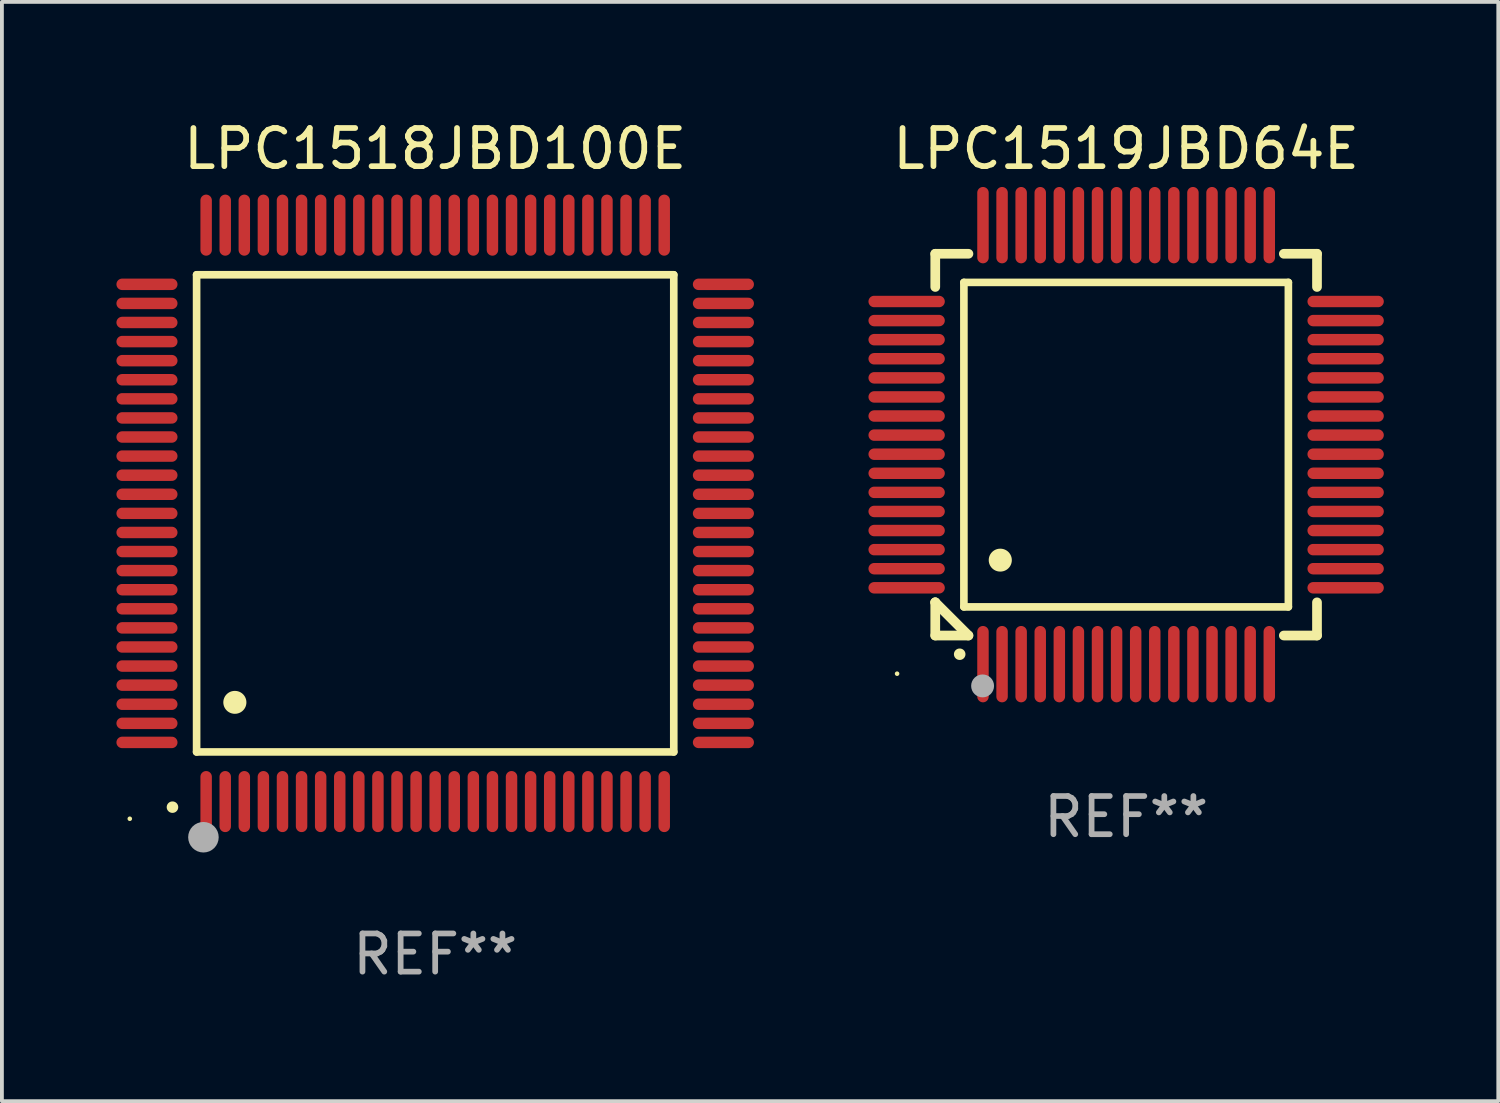
<source format=kicad_pcb>
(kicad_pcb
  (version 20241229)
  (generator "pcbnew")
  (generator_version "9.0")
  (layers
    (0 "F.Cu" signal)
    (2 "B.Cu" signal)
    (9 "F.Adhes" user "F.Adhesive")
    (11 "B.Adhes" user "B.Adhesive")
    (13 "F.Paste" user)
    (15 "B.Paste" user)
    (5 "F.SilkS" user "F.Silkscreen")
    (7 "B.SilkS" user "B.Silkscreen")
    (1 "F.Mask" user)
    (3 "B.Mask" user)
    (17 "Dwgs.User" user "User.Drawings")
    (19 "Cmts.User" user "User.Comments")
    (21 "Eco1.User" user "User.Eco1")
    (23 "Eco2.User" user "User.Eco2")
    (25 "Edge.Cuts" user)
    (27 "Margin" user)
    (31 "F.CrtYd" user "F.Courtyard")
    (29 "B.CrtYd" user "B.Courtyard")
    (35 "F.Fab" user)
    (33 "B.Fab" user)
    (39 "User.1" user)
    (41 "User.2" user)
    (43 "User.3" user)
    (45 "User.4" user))
  (footprint "LPC1519JBD64E"
    (layer "F.Cu")
    (at 26.45 8.598)
    (property "Reference" "LPC1519JBD64E" (at 0 -7.75 0) (layer "F.SilkS") (effects (font (size 1 1) (thickness 0.15))))
    (attr through_hole)
    (fp_line (start -5 -5) (end -4.131 -5) (stroke (width 0.254) (type solid)) (layer "F.SilkS"))
    (fp_line (start -5 -4.131) (end -5 -5) (stroke (width 0.254) (type solid)) (layer "F.SilkS"))
    (fp_line (start -5 4.131) (end -5 4.131) (stroke (width 0.254) (type solid)) (layer "F.SilkS"))
    (fp_line (start -5 5) (end -5 4.131) (stroke (width 0.254) (type solid)) (layer "F.SilkS"))
    (fp_line (start -5 4.131) (end -4.131 5) (stroke (width 0.254) (type solid)) (layer "F.SilkS"))
    (fp_line (start -4.25 -4.25) (end -4.25 4.25) (stroke (width 0.2) (type solid)) (layer "F.SilkS"))
    (fp_line (start -4.25 4.25) (end 4.25 4.25) (stroke (width 0.2) (type solid)) (layer "F.SilkS"))
    (fp_line (start -4.131 5) (end -5 5) (stroke (width 0.254) (type solid)) (layer "F.SilkS"))
    (fp_line (start 4.25 -4.25) (end -4.25 -4.25) (stroke (width 0.2) (type solid)) (layer "F.SilkS"))
    (fp_line (start 4.25 4.25) (end 4.25 -4.25) (stroke (width 0.2) (type solid)) (layer "F.SilkS"))
    (fp_line (start 5 -5) (end 4.131 -5) (stroke (width 0.254) (type solid)) (layer "F.SilkS"))
    (fp_line (start 5 -5) (end 5 -4.131) (stroke (width 0.254) (type solid)) (layer "F.SilkS"))
    (fp_line (start 5 4.131) (end 5 5) (stroke (width 0.254) (type solid)) (layer "F.SilkS"))
    (fp_line (start 5 5) (end 4.131 5) (stroke (width 0.254) (type solid)) (layer "F.SilkS"))
    (fp_arc (start -4.361265 5.489992) (mid -4.359995 5.489987) (end -4.358725 5.489992) (stroke (width 0.3) (type solid)) (layer "F.SilkS"))
    (fp_arc (start -3.299467 3.025146) (mid -3.296927 3.025135) (end -3.294387 3.025146) (stroke (width 0.6) (type solid)) (layer "F.SilkS"))
    (fp_circle (center -6 6) (end -5.97 6) (stroke (width 0.06) (type solid)) (fill no) (layer "F.SilkS"))
    (fp_circle (center -3.76 6.32) (end -3.61 6.32) (stroke (width 0.3) (type solid)) (fill no) (layer "F.Fab"))
    (fp_text user "REF**" (at 0 9.75 0) (layer "F.Fab") (effects (font (size 1 1) (thickness 0.15))))
    (pad "1" smd oval (at -3.75 5.75) (size 0.3 2) (layers "F.Cu" "F.Mask" "F.Paste"))
    (pad "2" smd oval (at -3.25 5.75) (size 0.3 2) (layers "F.Cu" "F.Mask" "F.Paste"))
    (pad "3" smd oval (at -2.75 5.75) (size 0.3 2) (layers "F.Cu" "F.Mask" "F.Paste"))
    (pad "4" smd oval (at -2.25 5.75) (size 0.3 2) (layers "F.Cu" "F.Mask" "F.Paste"))
    (pad "5" smd oval (at -1.75 5.75) (size 0.3 2) (layers "F.Cu" "F.Mask" "F.Paste"))
    (pad "6" smd oval (at -1.25 5.75) (size 0.3 2) (layers "F.Cu" "F.Mask" "F.Paste"))
    (pad "7" smd oval (at -0.75 5.75) (size 0.3 2) (layers "F.Cu" "F.Mask" "F.Paste"))
    (pad "8" smd oval (at -0.25 5.75) (size 0.3 2) (layers "F.Cu" "F.Mask" "F.Paste"))
    (pad "9" smd oval (at 0.25 5.75) (size 0.3 2) (layers "F.Cu" "F.Mask" "F.Paste"))
    (pad "10" smd oval (at 0.75 5.75) (size 0.3 2) (layers "F.Cu" "F.Mask" "F.Paste"))
    (pad "11" smd oval (at 1.25 5.75) (size 0.3 2) (layers "F.Cu" "F.Mask" "F.Paste"))
    (pad "12" smd oval (at 1.75 5.75) (size 0.3 2) (layers "F.Cu" "F.Mask" "F.Paste"))
    (pad "13" smd oval (at 2.25 5.75) (size 0.3 2) (layers "F.Cu" "F.Mask" "F.Paste"))
    (pad "14" smd oval (at 2.75 5.75) (size 0.3 2) (layers "F.Cu" "F.Mask" "F.Paste"))
    (pad "15" smd oval (at 3.25 5.75) (size 0.3 2) (layers "F.Cu" "F.Mask" "F.Paste"))
    (pad "16" smd oval (at 3.75 5.75) (size 0.3 2) (layers "F.Cu" "F.Mask" "F.Paste"))
    (pad "17" smd oval (at 5.75 3.75) (size 2 0.3) (layers "F.Cu" "F.Mask" "F.Paste"))
    (pad "18" smd oval (at 5.75 3.25) (size 2 0.3) (layers "F.Cu" "F.Mask" "F.Paste"))
    (pad "19" smd oval (at 5.75 2.75) (size 2 0.3) (layers "F.Cu" "F.Mask" "F.Paste"))
    (pad "20" smd oval (at 5.75 2.25) (size 2 0.3) (layers "F.Cu" "F.Mask" "F.Paste"))
    (pad "21" smd oval (at 5.75 1.75) (size 2 0.3) (layers "F.Cu" "F.Mask" "F.Paste"))
    (pad "22" smd oval (at 5.75 1.25) (size 2 0.3) (layers "F.Cu" "F.Mask" "F.Paste"))
    (pad "23" smd oval (at 5.75 0.75) (size 2 0.3) (layers "F.Cu" "F.Mask" "F.Paste"))
    (pad "24" smd oval (at 5.75 0.25) (size 2 0.3) (layers "F.Cu" "F.Mask" "F.Paste"))
    (pad "25" smd oval (at 5.75 -0.25) (size 2 0.3) (layers "F.Cu" "F.Mask" "F.Paste"))
    (pad "26" smd oval (at 5.75 -0.75) (size 2 0.3) (layers "F.Cu" "F.Mask" "F.Paste"))
    (pad "27" smd oval (at 5.75 -1.25) (size 2 0.3) (layers "F.Cu" "F.Mask" "F.Paste"))
    (pad "28" smd oval (at 5.75 -1.75) (size 2 0.3) (layers "F.Cu" "F.Mask" "F.Paste"))
    (pad "29" smd oval (at 5.75 -2.25) (size 2 0.3) (layers "F.Cu" "F.Mask" "F.Paste"))
    (pad "30" smd oval (at 5.75 -2.75) (size 2 0.3) (layers "F.Cu" "F.Mask" "F.Paste"))
    (pad "31" smd oval (at 5.75 -3.25) (size 2 0.3) (layers "F.Cu" "F.Mask" "F.Paste"))
    (pad "32" smd oval (at 5.75 -3.75) (size 2 0.3) (layers "F.Cu" "F.Mask" "F.Paste"))
    (pad "33" smd oval (at 3.75 -5.75) (size 0.3 2) (layers "F.Cu" "F.Mask" "F.Paste"))
    (pad "34" smd oval (at 3.25 -5.75) (size 0.3 2) (layers "F.Cu" "F.Mask" "F.Paste"))
    (pad "35" smd oval (at 2.75 -5.75) (size 0.3 2) (layers "F.Cu" "F.Mask" "F.Paste"))
    (pad "36" smd oval (at 2.25 -5.75) (size 0.3 2) (layers "F.Cu" "F.Mask" "F.Paste"))
    (pad "37" smd oval (at 1.75 -5.75) (size 0.3 2) (layers "F.Cu" "F.Mask" "F.Paste"))
    (pad "38" smd oval (at 1.25 -5.75) (size 0.3 2) (layers "F.Cu" "F.Mask" "F.Paste"))
    (pad "39" smd oval (at 0.75 -5.75) (size 0.3 2) (layers "F.Cu" "F.Mask" "F.Paste"))
    (pad "40" smd oval (at 0.25 -5.75) (size 0.3 2) (layers "F.Cu" "F.Mask" "F.Paste"))
    (pad "41" smd oval (at -0.25 -5.75) (size 0.3 2) (layers "F.Cu" "F.Mask" "F.Paste"))
    (pad "42" smd oval (at -0.75 -5.75) (size 0.3 2) (layers "F.Cu" "F.Mask" "F.Paste"))
    (pad "43" smd oval (at -1.25 -5.75) (size 0.3 2) (layers "F.Cu" "F.Mask" "F.Paste"))
    (pad "44" smd oval (at -1.75 -5.75) (size 0.3 2) (layers "F.Cu" "F.Mask" "F.Paste"))
    (pad "45" smd oval (at -2.25 -5.75) (size 0.3 2) (layers "F.Cu" "F.Mask" "F.Paste"))
    (pad "46" smd oval (at -2.75 -5.75) (size 0.3 2) (layers "F.Cu" "F.Mask" "F.Paste"))
    (pad "47" smd oval (at -3.25 -5.75) (size 0.3 2) (layers "F.Cu" "F.Mask" "F.Paste"))
    (pad "48" smd oval (at -3.75 -5.75) (size 0.3 2) (layers "F.Cu" "F.Mask" "F.Paste"))
    (pad "49" smd oval (at -5.75 -3.75) (size 2 0.3) (layers "F.Cu" "F.Mask" "F.Paste"))
    (pad "50" smd oval (at -5.75 -3.25) (size 2 0.3) (layers "F.Cu" "F.Mask" "F.Paste"))
    (pad "51" smd oval (at -5.75 -2.75) (size 2 0.3) (layers "F.Cu" "F.Mask" "F.Paste"))
    (pad "52" smd oval (at -5.75 -2.25) (size 2 0.3) (layers "F.Cu" "F.Mask" "F.Paste"))
    (pad "53" smd oval (at -5.75 -1.75) (size 2 0.3) (layers "F.Cu" "F.Mask" "F.Paste"))
    (pad "54" smd oval (at -5.75 -1.25) (size 2 0.3) (layers "F.Cu" "F.Mask" "F.Paste"))
    (pad "55" smd oval (at -5.75 -0.75) (size 2 0.3) (layers "F.Cu" "F.Mask" "F.Paste"))
    (pad "56" smd oval (at -5.75 -0.25) (size 2 0.3) (layers "F.Cu" "F.Mask" "F.Paste"))
    (pad "57" smd oval (at -5.75 0.25) (size 2 0.3) (layers "F.Cu" "F.Mask" "F.Paste"))
    (pad "58" smd oval (at -5.75 0.75) (size 2 0.3) (layers "F.Cu" "F.Mask" "F.Paste"))
    (pad "59" smd oval (at -5.75 1.25) (size 2 0.3) (layers "F.Cu" "F.Mask" "F.Paste"))
    (pad "60" smd oval (at -5.75 1.75) (size 2 0.3) (layers "F.Cu" "F.Mask" "F.Paste"))
    (pad "61" smd oval (at -5.75 2.25) (size 2 0.3) (layers "F.Cu" "F.Mask" "F.Paste"))
    (pad "62" smd oval (at -5.75 2.75) (size 2 0.3) (layers "F.Cu" "F.Mask" "F.Paste"))
    (pad "63" smd oval (at -5.75 3.25) (size 2 0.3) (layers "F.Cu" "F.Mask" "F.Paste"))
    (pad "64" smd oval (at -5.75 3.75) (size 2 0.3) (layers "F.Cu" "F.Mask" "F.Paste")))
  (footprint "LPC1518JBD100E"
    (layer "F.Cu")
    (at 8.35 10.398)
    (property "Reference" "LPC1518JBD100E" (at 0 -9.55 0) (layer "F.SilkS") (effects (font (size 1 1) (thickness 0.15))))
    (attr through_hole)
    (fp_line (start -6.25 -6.25) (end -6.25 6.25) (stroke (width 0.2) (type solid)) (layer "F.SilkS"))
    (fp_line (start -6.25 6.25) (end 6.25 6.25) (stroke (width 0.2) (type solid)) (layer "F.SilkS"))
    (fp_line (start 6.25 -6.25) (end -6.25 -6.25) (stroke (width 0.2) (type solid)) (layer "F.SilkS"))
    (fp_line (start 6.25 6.25) (end 6.25 -6.25) (stroke (width 0.2) (type solid)) (layer "F.SilkS"))
    (fp_arc (start -6.883414 7.696215) (mid -6.882144 7.69621) (end -6.880874 7.696215) (stroke (width 0.3) (type solid)) (layer "F.SilkS"))
    (fp_arc (start -5.250191 4.95047) (mid -5.247651 4.950459) (end -5.245111 4.95047) (stroke (width 0.6) (type solid)) (layer "F.SilkS"))
    (fp_circle (center -8 8) (end -7.97 8) (stroke (width 0.06) (type solid)) (fill no) (layer "F.SilkS"))
    (fp_circle (center -6.071 8.484) (end -5.871 8.484) (stroke (width 0.4) (type solid)) (fill no) (layer "F.Fab"))
    (fp_text user "REF**" (at 0 11.55 0) (layer "F.Fab") (effects (font (size 1 1) (thickness 0.15))))
    (pad "1" smd oval (at -6 7.55) (size 0.3 1.6) (layers "F.Cu" "F.Mask" "F.Paste"))
    (pad "2" smd oval (at -5.5 7.55) (size 0.3 1.6) (layers "F.Cu" "F.Mask" "F.Paste"))
    (pad "3" smd oval (at -5 7.55) (size 0.3 1.6) (layers "F.Cu" "F.Mask" "F.Paste"))
    (pad "4" smd oval (at -4.5 7.55) (size 0.3 1.6) (layers "F.Cu" "F.Mask" "F.Paste"))
    (pad "5" smd oval (at -4 7.55) (size 0.3 1.6) (layers "F.Cu" "F.Mask" "F.Paste"))
    (pad "6" smd oval (at -3.5 7.55) (size 0.3 1.6) (layers "F.Cu" "F.Mask" "F.Paste"))
    (pad "7" smd oval (at -3 7.55) (size 0.3 1.6) (layers "F.Cu" "F.Mask" "F.Paste"))
    (pad "8" smd oval (at -2.5 7.55) (size 0.3 1.6) (layers "F.Cu" "F.Mask" "F.Paste"))
    (pad "9" smd oval (at -2 7.55) (size 0.3 1.6) (layers "F.Cu" "F.Mask" "F.Paste"))
    (pad "10" smd oval (at -1.5 7.55) (size 0.3 1.6) (layers "F.Cu" "F.Mask" "F.Paste"))
    (pad "11" smd oval (at -1 7.55) (size 0.3 1.6) (layers "F.Cu" "F.Mask" "F.Paste"))
    (pad "12" smd oval (at -0.5 7.55) (size 0.3 1.6) (layers "F.Cu" "F.Mask" "F.Paste"))
    (pad "13" smd oval (at 0 7.55) (size 0.3 1.6) (layers "F.Cu" "F.Mask" "F.Paste"))
    (pad "14" smd oval (at 0.5 7.55) (size 0.3 1.6) (layers "F.Cu" "F.Mask" "F.Paste"))
    (pad "15" smd oval (at 1 7.55) (size 0.3 1.6) (layers "F.Cu" "F.Mask" "F.Paste"))
    (pad "16" smd oval (at 1.5 7.55) (size 0.3 1.6) (layers "F.Cu" "F.Mask" "F.Paste"))
    (pad "17" smd oval (at 2 7.55) (size 0.3 1.6) (layers "F.Cu" "F.Mask" "F.Paste"))
    (pad "18" smd oval (at 2.5 7.55) (size 0.3 1.6) (layers "F.Cu" "F.Mask" "F.Paste"))
    (pad "19" smd oval (at 3 7.55) (size 0.3 1.6) (layers "F.Cu" "F.Mask" "F.Paste"))
    (pad "20" smd oval (at 3.5 7.55) (size 0.3 1.6) (layers "F.Cu" "F.Mask" "F.Paste"))
    (pad "21" smd oval (at 4 7.55) (size 0.3 1.6) (layers "F.Cu" "F.Mask" "F.Paste"))
    (pad "22" smd oval (at 4.5 7.55) (size 0.3 1.6) (layers "F.Cu" "F.Mask" "F.Paste"))
    (pad "23" smd oval (at 5 7.55) (size 0.3 1.6) (layers "F.Cu" "F.Mask" "F.Paste"))
    (pad "24" smd oval (at 5.5 7.55) (size 0.3 1.6) (layers "F.Cu" "F.Mask" "F.Paste"))
    (pad "25" smd oval (at 6 7.55) (size 0.3 1.6) (layers "F.Cu" "F.Mask" "F.Paste"))
    (pad "26" smd oval (at 7.55 6) (size 1.6 0.3) (layers "F.Cu" "F.Mask" "F.Paste"))
    (pad "27" smd oval (at 7.55 5.5) (size 1.6 0.3) (layers "F.Cu" "F.Mask" "F.Paste"))
    (pad "28" smd oval (at 7.55 5) (size 1.6 0.3) (layers "F.Cu" "F.Mask" "F.Paste"))
    (pad "29" smd oval (at 7.55 4.5) (size 1.6 0.3) (layers "F.Cu" "F.Mask" "F.Paste"))
    (pad "30" smd oval (at 7.55 4) (size 1.6 0.3) (layers "F.Cu" "F.Mask" "F.Paste"))
    (pad "31" smd oval (at 7.55 3.5) (size 1.6 0.3) (layers "F.Cu" "F.Mask" "F.Paste"))
    (pad "32" smd oval (at 7.55 3) (size 1.6 0.3) (layers "F.Cu" "F.Mask" "F.Paste"))
    (pad "33" smd oval (at 7.55 2.5) (size 1.6 0.3) (layers "F.Cu" "F.Mask" "F.Paste"))
    (pad "34" smd oval (at 7.55 2) (size 1.6 0.3) (layers "F.Cu" "F.Mask" "F.Paste"))
    (pad "35" smd oval (at 7.55 1.5) (size 1.6 0.3) (layers "F.Cu" "F.Mask" "F.Paste"))
    (pad "36" smd oval (at 7.55 1) (size 1.6 0.3) (layers "F.Cu" "F.Mask" "F.Paste"))
    (pad "37" smd oval (at 7.55 0.5) (size 1.6 0.3) (layers "F.Cu" "F.Mask" "F.Paste"))
    (pad "38" smd oval (at 7.55 0) (size 1.6 0.3) (layers "F.Cu" "F.Mask" "F.Paste"))
    (pad "39" smd oval (at 7.55 -0.5) (size 1.6 0.3) (layers "F.Cu" "F.Mask" "F.Paste"))
    (pad "40" smd oval (at 7.55 -1) (size 1.6 0.3) (layers "F.Cu" "F.Mask" "F.Paste"))
    (pad "41" smd oval (at 7.55 -1.5) (size 1.6 0.3) (layers "F.Cu" "F.Mask" "F.Paste"))
    (pad "42" smd oval (at 7.55 -2) (size 1.6 0.3) (layers "F.Cu" "F.Mask" "F.Paste"))
    (pad "43" smd oval (at 7.55 -2.5) (size 1.6 0.3) (layers "F.Cu" "F.Mask" "F.Paste"))
    (pad "44" smd oval (at 7.55 -3) (size 1.6 0.3) (layers "F.Cu" "F.Mask" "F.Paste"))
    (pad "45" smd oval (at 7.55 -3.5) (size 1.6 0.3) (layers "F.Cu" "F.Mask" "F.Paste"))
    (pad "46" smd oval (at 7.55 -4) (size 1.6 0.3) (layers "F.Cu" "F.Mask" "F.Paste"))
    (pad "47" smd oval (at 7.55 -4.5) (size 1.6 0.3) (layers "F.Cu" "F.Mask" "F.Paste"))
    (pad "48" smd oval (at 7.55 -5) (size 1.6 0.3) (layers "F.Cu" "F.Mask" "F.Paste"))
    (pad "49" smd oval (at 7.55 -5.5) (size 1.6 0.3) (layers "F.Cu" "F.Mask" "F.Paste"))
    (pad "50" smd oval (at 7.55 -6) (size 1.6 0.3) (layers "F.Cu" "F.Mask" "F.Paste"))
    (pad "51" smd oval (at 6 -7.55) (size 0.3 1.6) (layers "F.Cu" "F.Mask" "F.Paste"))
    (pad "52" smd oval (at 5.5 -7.55) (size 0.3 1.6) (layers "F.Cu" "F.Mask" "F.Paste"))
    (pad "53" smd oval (at 5 -7.55) (size 0.3 1.6) (layers "F.Cu" "F.Mask" "F.Paste"))
    (pad "54" smd oval (at 4.5 -7.55) (size 0.3 1.6) (layers "F.Cu" "F.Mask" "F.Paste"))
    (pad "55" smd oval (at 4 -7.55) (size 0.3 1.6) (layers "F.Cu" "F.Mask" "F.Paste"))
    (pad "56" smd oval (at 3.5 -7.55) (size 0.3 1.6) (layers "F.Cu" "F.Mask" "F.Paste"))
    (pad "57" smd oval (at 3 -7.55) (size 0.3 1.6) (layers "F.Cu" "F.Mask" "F.Paste"))
    (pad "58" smd oval (at 2.5 -7.55) (size 0.3 1.6) (layers "F.Cu" "F.Mask" "F.Paste"))
    (pad "59" smd oval (at 2 -7.55) (size 0.3 1.6) (layers "F.Cu" "F.Mask" "F.Paste"))
    (pad "60" smd oval (at 1.5 -7.55) (size 0.3 1.6) (layers "F.Cu" "F.Mask" "F.Paste"))
    (pad "61" smd oval (at 1 -7.55) (size 0.3 1.6) (layers "F.Cu" "F.Mask" "F.Paste"))
    (pad "62" smd oval (at 0.5 -7.55) (size 0.3 1.6) (layers "F.Cu" "F.Mask" "F.Paste"))
    (pad "63" smd oval (at 0 -7.55) (size 0.3 1.6) (layers "F.Cu" "F.Mask" "F.Paste"))
    (pad "64" smd oval (at -0.5 -7.55) (size 0.3 1.6) (layers "F.Cu" "F.Mask" "F.Paste"))
    (pad "65" smd oval (at -1 -7.55) (size 0.3 1.6) (layers "F.Cu" "F.Mask" "F.Paste"))
    (pad "66" smd oval (at -1.5 -7.55) (size 0.3 1.6) (layers "F.Cu" "F.Mask" "F.Paste"))
    (pad "67" smd oval (at -2 -7.55) (size 0.3 1.6) (layers "F.Cu" "F.Mask" "F.Paste"))
    (pad "68" smd oval (at -2.5 -7.55) (size 0.3 1.6) (layers "F.Cu" "F.Mask" "F.Paste"))
    (pad "69" smd oval (at -3 -7.55) (size 0.3 1.6) (layers "F.Cu" "F.Mask" "F.Paste"))
    (pad "70" smd oval (at -3.5 -7.55) (size 0.3 1.6) (layers "F.Cu" "F.Mask" "F.Paste"))
    (pad "71" smd oval (at -4 -7.55) (size 0.3 1.6) (layers "F.Cu" "F.Mask" "F.Paste"))
    (pad "72" smd oval (at -4.5 -7.55) (size 0.3 1.6) (layers "F.Cu" "F.Mask" "F.Paste"))
    (pad "73" smd oval (at -5 -7.55) (size 0.3 1.6) (layers "F.Cu" "F.Mask" "F.Paste"))
    (pad "74" smd oval (at -5.5 -7.55) (size 0.3 1.6) (layers "F.Cu" "F.Mask" "F.Paste"))
    (pad "75" smd oval (at -6 -7.55) (size 0.3 1.6) (layers "F.Cu" "F.Mask" "F.Paste"))
    (pad "76" smd oval (at -7.55 -6) (size 1.6 0.3) (layers "F.Cu" "F.Mask" "F.Paste"))
    (pad "77" smd oval (at -7.55 -5.5) (size 1.6 0.3) (layers "F.Cu" "F.Mask" "F.Paste"))
    (pad "78" smd oval (at -7.55 -5) (size 1.6 0.3) (layers "F.Cu" "F.Mask" "F.Paste"))
    (pad "79" smd oval (at -7.55 -4.5) (size 1.6 0.3) (layers "F.Cu" "F.Mask" "F.Paste"))
    (pad "80" smd oval (at -7.55 -4) (size 1.6 0.3) (layers "F.Cu" "F.Mask" "F.Paste"))
    (pad "81" smd oval (at -7.55 -3.5) (size 1.6 0.3) (layers "F.Cu" "F.Mask" "F.Paste"))
    (pad "82" smd oval (at -7.55 -3) (size 1.6 0.3) (layers "F.Cu" "F.Mask" "F.Paste"))
    (pad "83" smd oval (at -7.55 -2.5) (size 1.6 0.3) (layers "F.Cu" "F.Mask" "F.Paste"))
    (pad "84" smd oval (at -7.55 -2) (size 1.6 0.3) (layers "F.Cu" "F.Mask" "F.Paste"))
    (pad "85" smd oval (at -7.55 -1.5) (size 1.6 0.3) (layers "F.Cu" "F.Mask" "F.Paste"))
    (pad "86" smd oval (at -7.55 -1) (size 1.6 0.3) (layers "F.Cu" "F.Mask" "F.Paste"))
    (pad "87" smd oval (at -7.55 -0.5) (size 1.6 0.3) (layers "F.Cu" "F.Mask" "F.Paste"))
    (pad "88" smd oval (at -7.55 0) (size 1.6 0.3) (layers "F.Cu" "F.Mask" "F.Paste"))
    (pad "89" smd oval (at -7.55 0.5) (size 1.6 0.3) (layers "F.Cu" "F.Mask" "F.Paste"))
    (pad "90" smd oval (at -7.55 1) (size 1.6 0.3) (layers "F.Cu" "F.Mask" "F.Paste"))
    (pad "91" smd oval (at -7.55 1.5) (size 1.6 0.3) (layers "F.Cu" "F.Mask" "F.Paste"))
    (pad "92" smd oval (at -7.55 2) (size 1.6 0.3) (layers "F.Cu" "F.Mask" "F.Paste"))
    (pad "93" smd oval (at -7.55 2.5) (size 1.6 0.3) (layers "F.Cu" "F.Mask" "F.Paste"))
    (pad "94" smd oval (at -7.55 3) (size 1.6 0.3) (layers "F.Cu" "F.Mask" "F.Paste"))
    (pad "95" smd oval (at -7.55 3.5) (size 1.6 0.3) (layers "F.Cu" "F.Mask" "F.Paste"))
    (pad "96" smd oval (at -7.55 4) (size 1.6 0.3) (layers "F.Cu" "F.Mask" "F.Paste"))
    (pad "97" smd oval (at -7.55 4.5) (size 1.6 0.3) (layers "F.Cu" "F.Mask" "F.Paste"))
    (pad "98" smd oval (at -7.55 5) (size 1.6 0.3) (layers "F.Cu" "F.Mask" "F.Paste"))
    (pad "99" smd oval (at -7.55 5.5) (size 1.6 0.3) (layers "F.Cu" "F.Mask" "F.Paste"))
    (pad "100" smd oval (at -7.55 6) (size 1.6 0.3) (layers "F.Cu" "F.Mask" "F.Paste")))
  (gr_rect
    (start -3 -3)
    (end 36.199 25.796)
    (stroke (width 0.1) (type default))
    (fill no)
    (layer "Edge.Cuts")))
</source>
